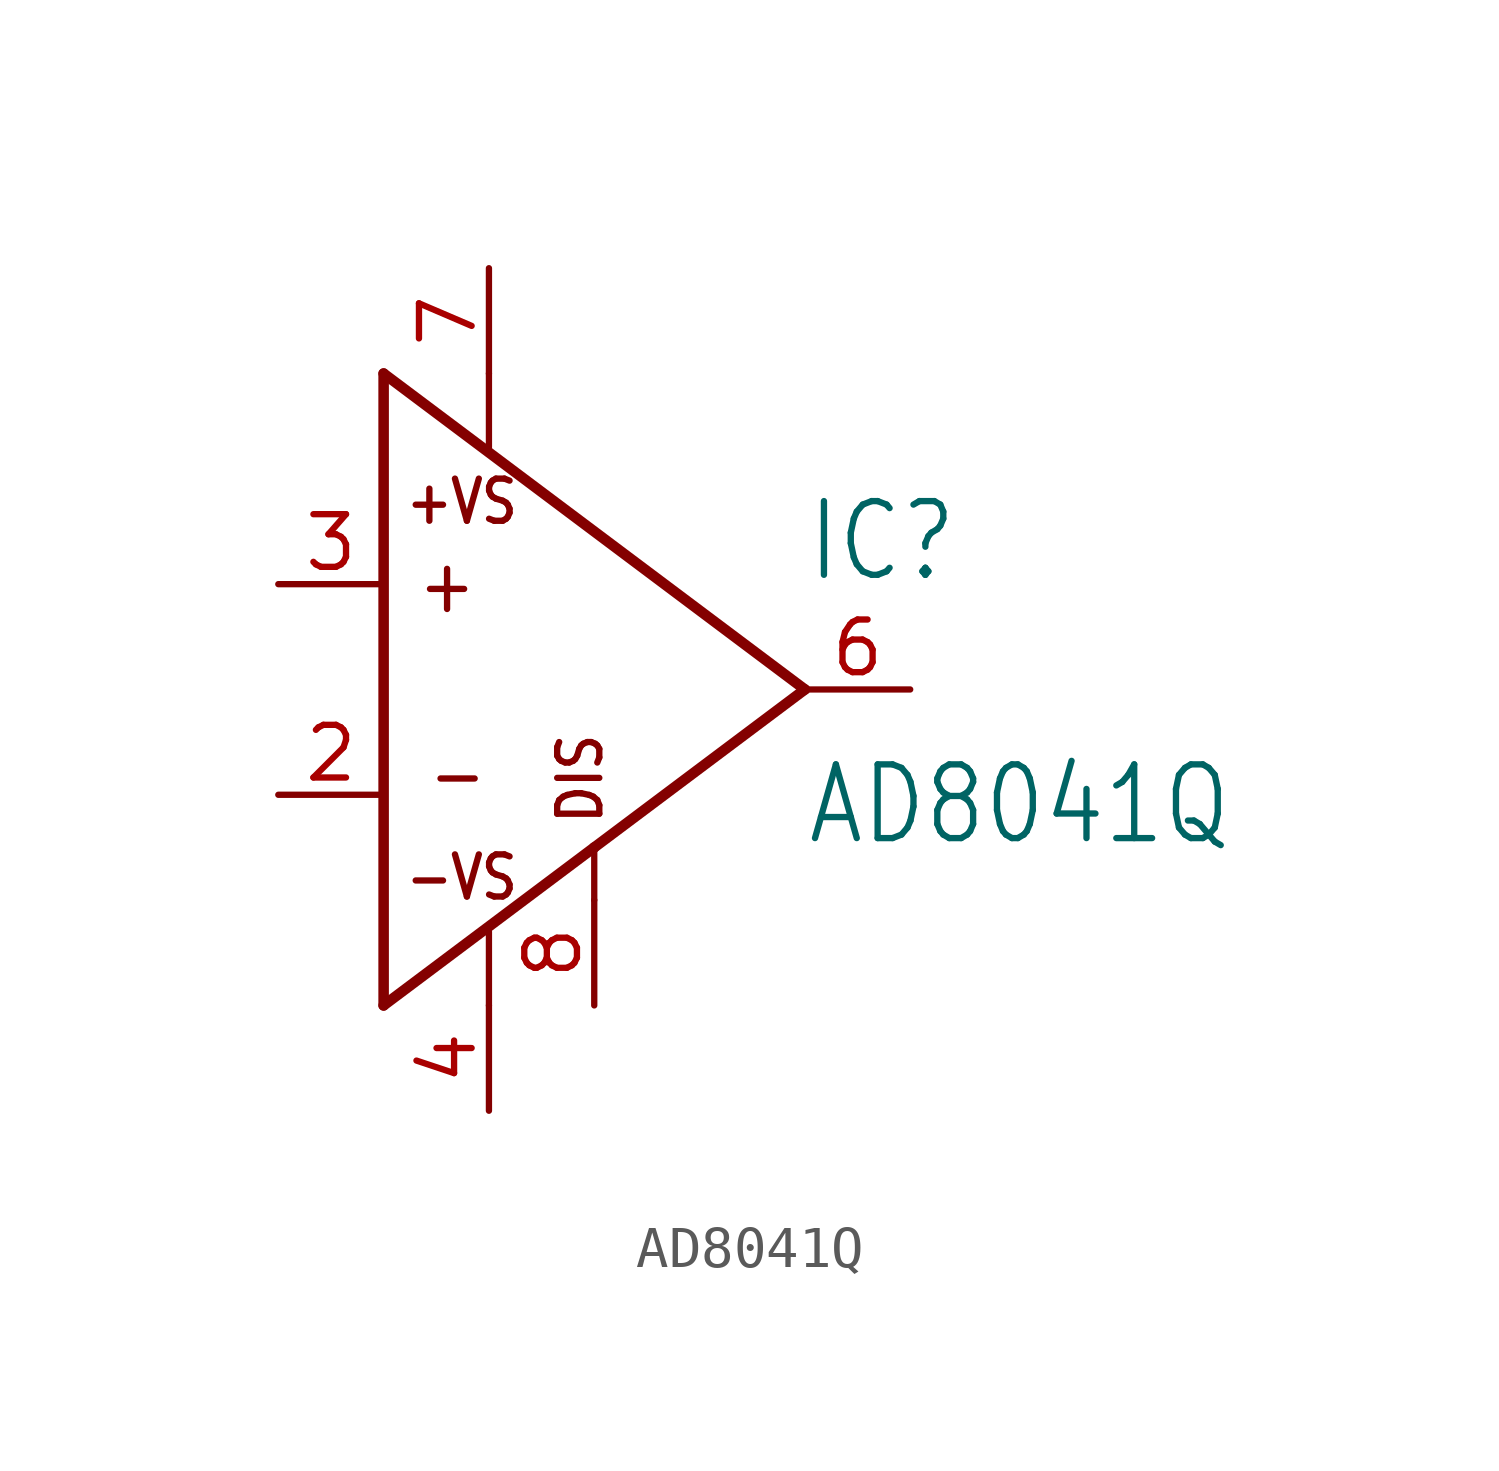
<source format=kicad_sym>
(kicad_symbol_lib
  (version 20211014)
  (generator kicad_symbol_editor)
  (symbol "AD8041Q"
    (property "Reference" "IC"
      (at 7.62 2.54 0)
      (effects (font (size 1.778 1.511)) (justify left bottom)))
    (property "Value" "AD8041Q"
      (at 7.62 -3.81 0)
      (effects (font (size 1.778 1.511)) (justify left bottom)))
    (property "ki_locked" ""
      (at 0 0 0)
      (effects (font (size 1.27 1.27))))
    (symbol "AD8041Q_1_0"
      (polyline (pts (xy -2.54 -7.62) (xy 2.54 -3.81)) (stroke (width 0.254) (type default) (color 0 0 0 0)) (fill (type none)))
      (polyline (pts (xy -2.54 7.62) (xy -2.54 -7.62)) (stroke (width 0.254) (type default) (color 0 0 0 0)) (fill (type none)))
      (polyline (pts (xy 0 -7.62) (xy 0 -5.842)) (stroke (width 0.152) (type default) (color 0 0 0 0)) (fill (type none)))
      (polyline (pts (xy 0 5.842) (xy 0 7.62)) (stroke (width 0.152) (type default) (color 0 0 0 0)) (fill (type none)))
      (polyline (pts (xy 2.54 -5.08) (xy 2.54 -3.81)) (stroke (width 0.152) (type default) (color 0 0 0 0)) (fill (type none)))
      (polyline (pts (xy 2.54 -3.81) (xy 7.62 0)) (stroke (width 0.254) (type default) (color 0 0 0 0)) (fill (type none)))
      (polyline (pts (xy 7.62 0) (xy -2.54 7.62)) (stroke (width 0.254) (type default) (color 0 0 0 0)) (fill (type none)))
      (text "+" (at -1.778 1.778 0) (effects (font (size 1.27 1.079)) (justify left bottom)))
      (text "+VS" (at 0.762 3.937 0) (effects (font (size 1.016 0.864)) (justify right bottom)))
      (text "-" (at -1.524 -2.794 0) (effects (font (size 1.27 1.079)) (justify left bottom)))
      (text "-VS" (at 0.762 -3.937 0) (effects (font (size 1.016 0.864)) (justify right top)))
      (text "DIS" (at 2.794 -3.302 900) (effects (font (size 1.016 0.864)) (justify left bottom)))
      (pin input line (at -5.08 -2.54 0) (length 2.54) (name "IN-" (effects (font (size 0 0)))) (number "2" (effects (font (size 1.27 1.27)))))
      (pin input line (at -5.08 2.54 0) (length 2.54) (name "IN+" (effects (font (size 0 0)))) (number "3" (effects (font (size 1.27 1.27)))))
      (pin input line (at 0 -10.16 90) (length 2.54) (name "-VS" (effects (font (size 0 0)))) (number "4" (effects (font (size 1.27 1.27)))))
      (pin output line (at 10.16 0 180) (length 2.54) (name "OUT" (effects (font (size 0 0)))) (number "6" (effects (font (size 1.27 1.27)))))
      (pin input line (at 0 10.16 270) (length 2.54) (name "+VS" (effects (font (size 0 0)))) (number "7" (effects (font (size 1.27 1.27)))))
      (pin passive line (at 2.54 -7.62 90) (length 2.54) (name "DISABLE" (effects (font (size 0 0)))) (number "8" (effects (font (size 1.27 1.27))))))))
</source>
